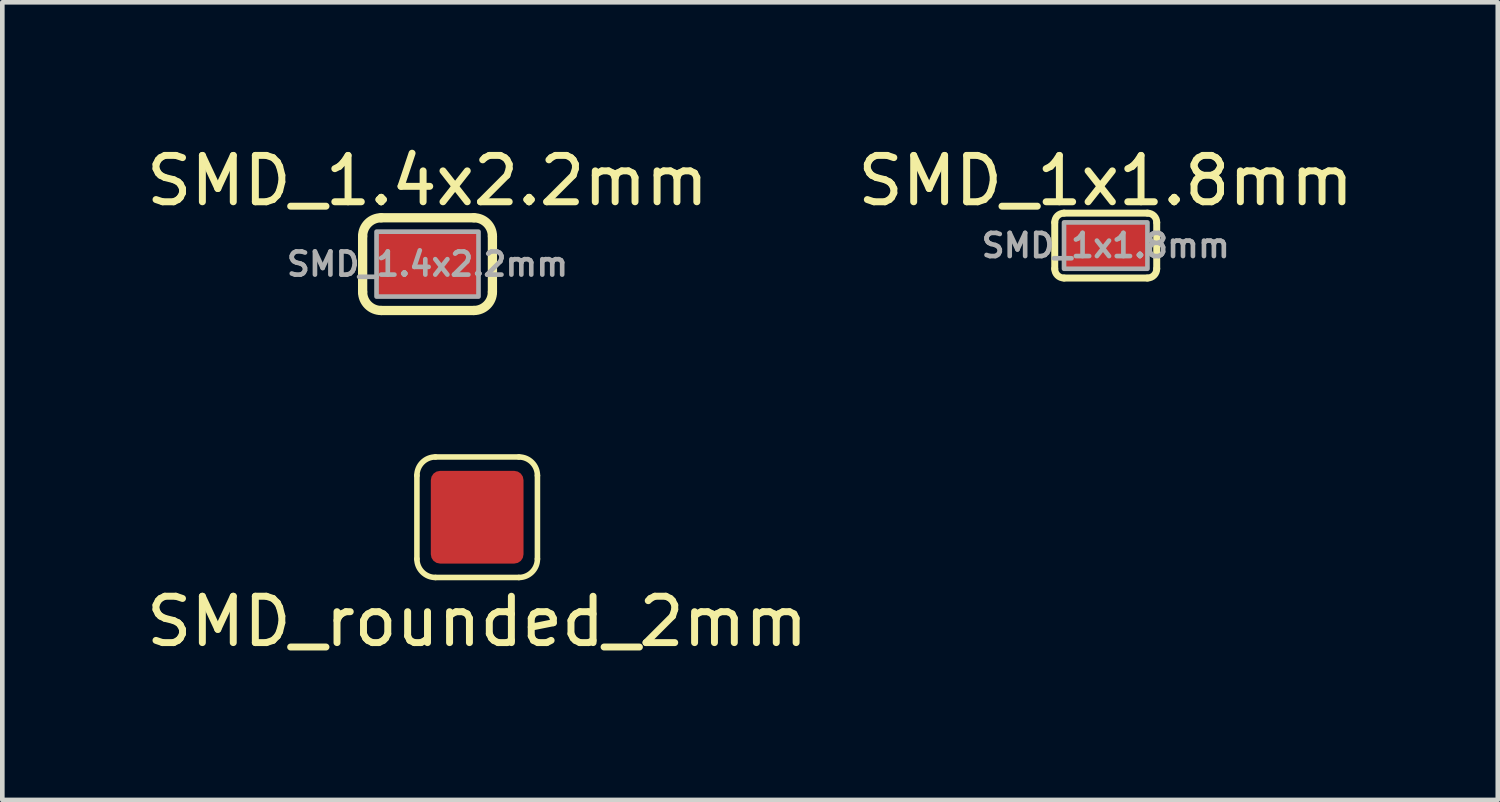
<source format=kicad_pcb>
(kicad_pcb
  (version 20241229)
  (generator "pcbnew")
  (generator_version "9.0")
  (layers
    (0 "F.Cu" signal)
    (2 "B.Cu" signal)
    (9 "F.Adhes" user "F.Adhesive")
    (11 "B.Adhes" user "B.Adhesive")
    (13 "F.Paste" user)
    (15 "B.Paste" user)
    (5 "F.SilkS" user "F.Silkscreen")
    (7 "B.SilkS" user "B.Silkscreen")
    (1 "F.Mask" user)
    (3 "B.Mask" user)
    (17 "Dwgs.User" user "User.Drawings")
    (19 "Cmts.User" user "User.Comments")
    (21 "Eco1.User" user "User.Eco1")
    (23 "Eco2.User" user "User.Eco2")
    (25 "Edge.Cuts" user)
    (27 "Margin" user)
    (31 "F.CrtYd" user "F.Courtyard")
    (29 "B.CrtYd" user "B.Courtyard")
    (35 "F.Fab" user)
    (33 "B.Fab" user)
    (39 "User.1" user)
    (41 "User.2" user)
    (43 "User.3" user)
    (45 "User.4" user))
  (footprint "SMD_1x1.8mm"
    (layer "F.Cu")
    (at 20.804 2.248)
    (property "Reference" "SMD_1x1.8mm" (at 0 -1.4 0) (unlocked yes) (layer "F.SilkS") (effects (font (size 1 1) (thickness 0.15))))
    (attr smd)
    (fp_line (start -1.1 -0.5) (end -1.1 0.5) (stroke (width 0.15) (type default)) (layer "F.SilkS"))
    (fp_line (start -0.9 0.7) (end 0.9 0.7) (stroke (width 0.15) (type default)) (layer "F.SilkS"))
    (fp_line (start 0.9 -0.7) (end -0.9 -0.7) (stroke (width 0.15) (type default)) (layer "F.SilkS"))
    (fp_line (start 1.1 0.5) (end 1.1 -0.5) (stroke (width 0.15) (type default)) (layer "F.SilkS"))
    (fp_arc (start -1.1 -0.5) (mid -1.041421 -0.641421) (end -0.9 -0.7) (stroke (width 0.15) (type default)) (layer "F.SilkS"))
    (fp_arc (start -0.9 0.699999) (mid -1.041421 0.641421) (end -1.099999 0.5) (stroke (width 0.15) (type default)) (layer "F.SilkS"))
    (fp_arc (start 0.9 -0.699999) (mid 1.04142 -0.64142) (end 1.099999 -0.5) (stroke (width 0.15) (type default)) (layer "F.SilkS"))
    (fp_arc (start 1.099999 0.5) (mid 1.04142 0.64142) (end 0.9 0.699999) (stroke (width 0.15) (type default)) (layer "F.SilkS"))
    (fp_rect (start -0.9 -0.5) (end 0.9 0.5) (stroke (width 0.1) (type default)) (fill no) (layer "F.Fab"))
    (fp_text user "${REFERENCE}" (at 0 0 0) (unlocked yes) (layer "F.Fab") (effects (font (size 0.5 0.5) (thickness 0.1))))
    (pad "1" smd roundrect (at 0 0) (size 1.8 1) (layers "F.Cu" "F.Mask" "F.Paste") (roundrect_rratio 0.05)))
  (footprint "SMD_1.4x2.2mm"
    (layer "F.Cu")
    (at 6.173 2.648)
    (property "Reference" "SMD_1.4x2.2mm" (at 0 -1.8 0) (unlocked yes) (layer "F.SilkS") (effects (font (size 1 1) (thickness 0.15))))
    (attr smd)
    (fp_line (start -1.4 -0.6) (end -1.4 0.6) (stroke (width 0.2) (type default)) (layer "F.SilkS"))
    (fp_line (start -1 1) (end 1 1) (stroke (width 0.2) (type default)) (layer "F.SilkS"))
    (fp_line (start 1 -1) (end -1 -1) (stroke (width 0.2) (type default)) (layer "F.SilkS"))
    (fp_line (start 1.4 0.6) (end 1.4 -0.6) (stroke (width 0.2) (type default)) (layer "F.SilkS"))
    (fp_arc (start -1.4 -0.599999) (mid -1.282843 -0.882842) (end -1 -1) (stroke (width 0.2) (type default)) (layer "F.SilkS"))
    (fp_arc (start -0.999999 1) (mid -1.282842 0.882843) (end -1.4 0.6) (stroke (width 0.2) (type default)) (layer "F.SilkS"))
    (fp_arc (start 0.999999 -1) (mid 1.282842 -0.882843) (end 1.4 -0.6) (stroke (width 0.2) (type default)) (layer "F.SilkS"))
    (fp_arc (start 1.399999 0.599999) (mid 1.282842 0.882842) (end 0.999999 1) (stroke (width 0.2) (type default)) (layer "F.SilkS"))
    (fp_rect (start -1.1 -0.7) (end 1.1 0.7) (stroke (width 0.1) (type default)) (fill no) (layer "F.Fab"))
    (fp_text user "${REFERENCE}" (at 0 0 0) (unlocked yes) (layer "F.Fab") (effects (font (size 0.5 0.5) (thickness 0.1))))
    (pad "1" smd roundrect (at 0 0) (size 2.2 1.4) (layers "F.Cu" "F.Mask" "F.Paste") (roundrect_rratio 0.071)))
  (footprint "SMD_rounded_2mm"
    (layer "F.Cu")
    (at 7.244 8.108)
    (property "Reference" "SMD_rounded_2mm" (at 0 2.25 0) (layer "F.SilkS") (effects (font (size 1 1) (thickness 0.15))))
    (attr through_hole)
    (fp_line (start -1.3 -0.9) (end -1.3 0.9) (stroke (width 0.12) (type solid)) (layer "F.SilkS"))
    (fp_line (start -0.9 1.3) (end 0.9 1.3) (stroke (width 0.12) (type solid)) (layer "F.SilkS"))
    (fp_line (start 0.9 -1.3) (end -0.9 -1.3) (stroke (width 0.12) (type solid)) (layer "F.SilkS"))
    (fp_line (start 1.3 0.9) (end 1.3 -0.9) (stroke (width 0.12) (type solid)) (layer "F.SilkS"))
    (fp_arc (start -1.3 -0.9) (mid -1.182843 -1.182843) (end -0.9 -1.3) (stroke (width 0.12) (type solid)) (layer "F.SilkS"))
    (fp_arc (start -0.9 1.3) (mid -1.182843 1.182843) (end -1.3 0.9) (stroke (width 0.12) (type solid)) (layer "F.SilkS"))
    (fp_arc (start 0.9 -1.3) (mid 1.182843 -1.182843) (end 1.3 -0.9) (stroke (width 0.12) (type solid)) (layer "F.SilkS"))
    (fp_arc (start 1.3 0.9) (mid 1.182843 1.182843) (end 0.9 1.3) (stroke (width 0.12) (type solid)) (layer "F.SilkS"))
    (pad "1" smd roundrect (at 0 0) (size 2 2) (property pad_prop_testpoint) (layers "F.Cu" "F.Mask") (roundrect_rratio 0.1)))
  (gr_rect
    (start -3 -3)
    (end 29.262 14.207)
    (stroke (width 0.1) (type default))
    (fill no)
    (layer "Edge.Cuts")))
</source>
